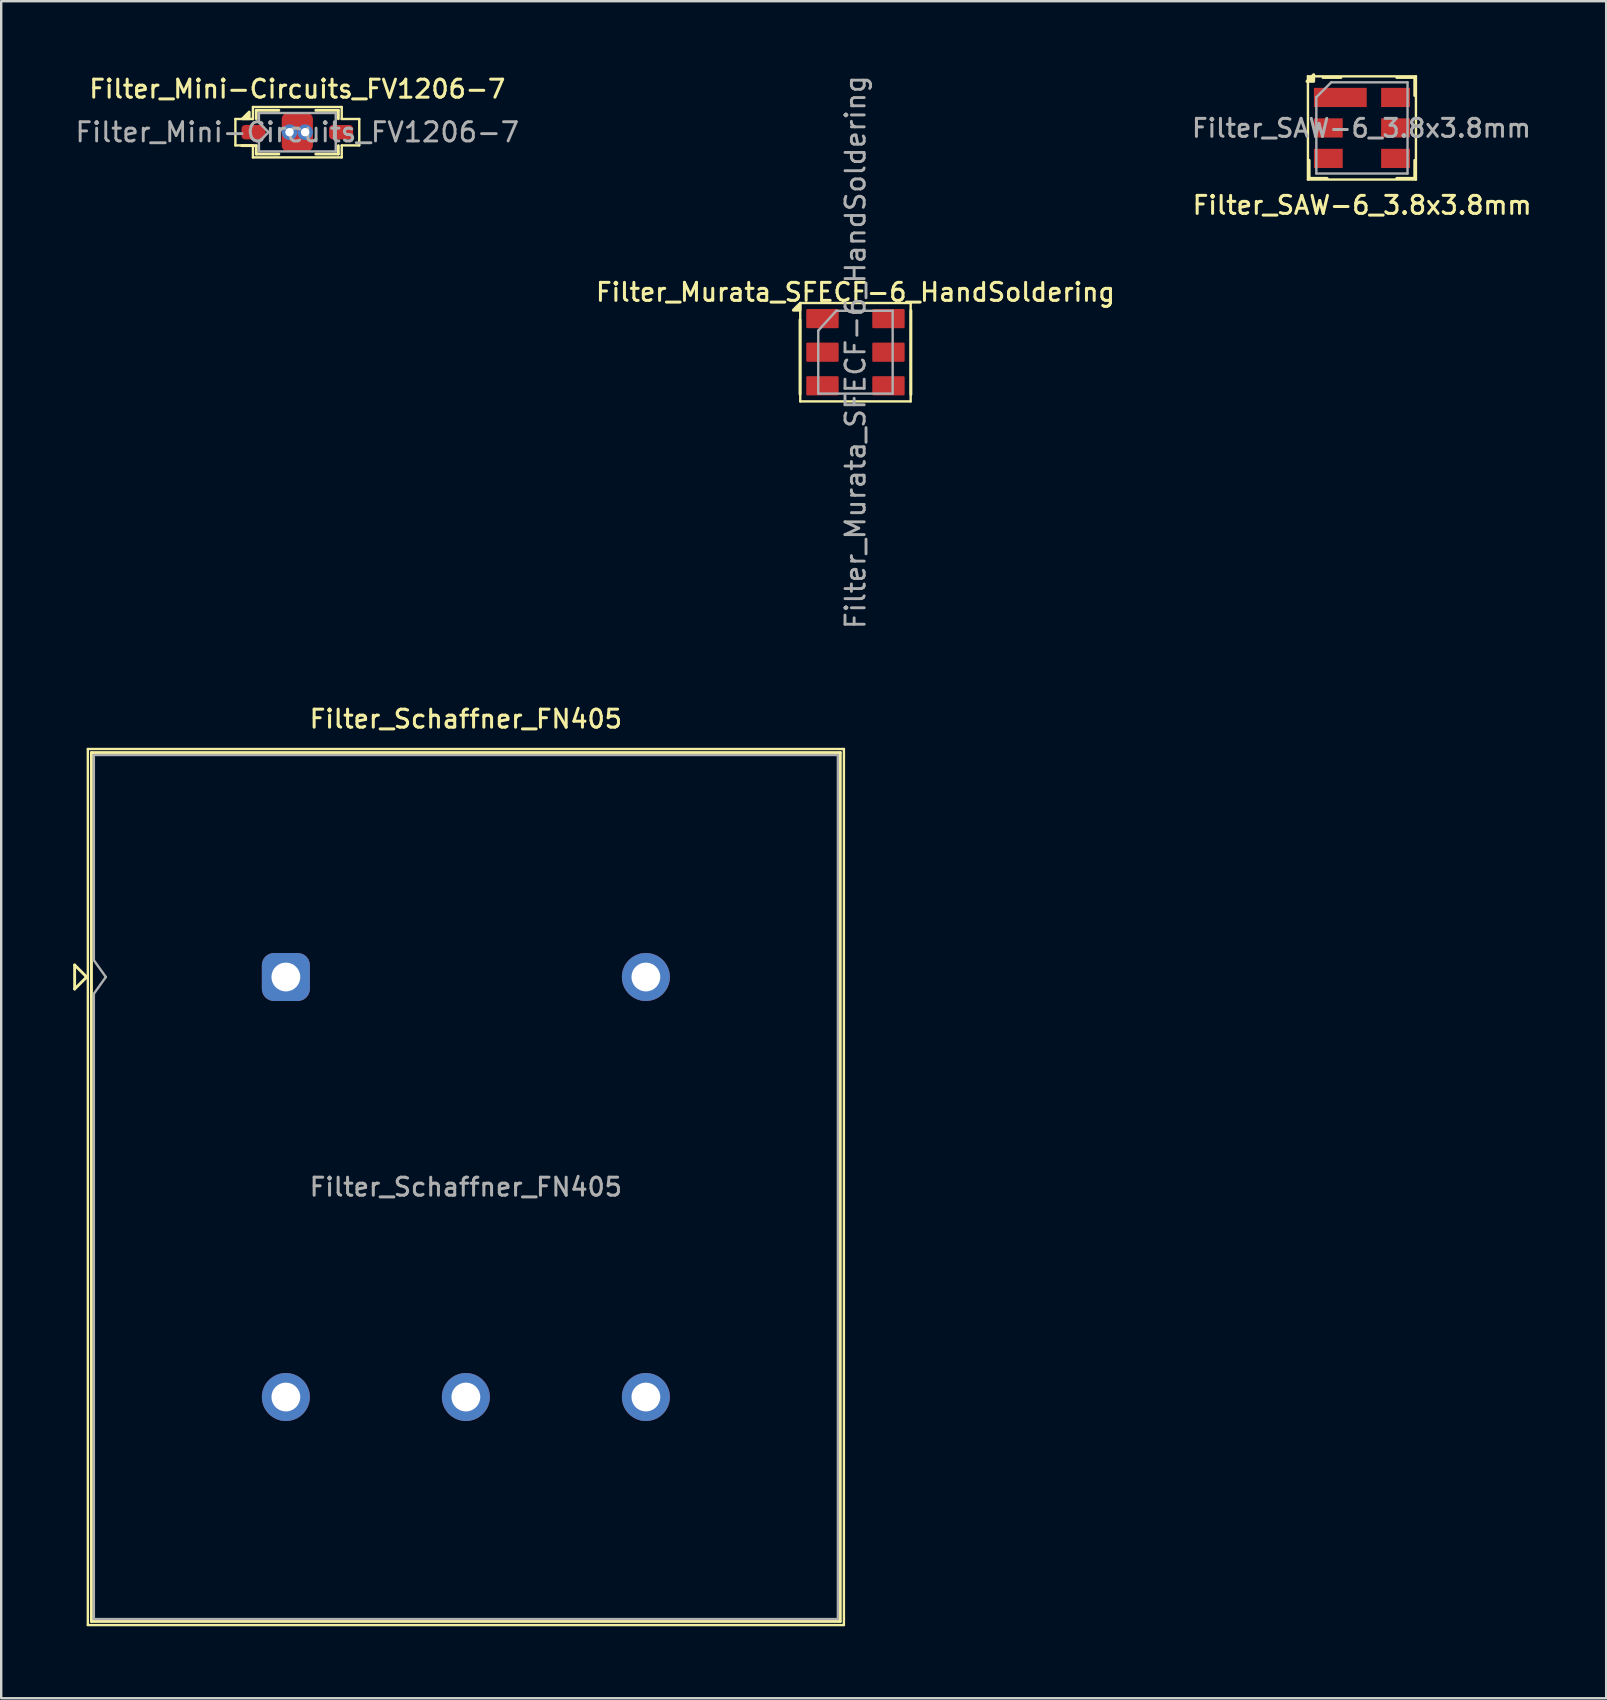
<source format=kicad_pcb>
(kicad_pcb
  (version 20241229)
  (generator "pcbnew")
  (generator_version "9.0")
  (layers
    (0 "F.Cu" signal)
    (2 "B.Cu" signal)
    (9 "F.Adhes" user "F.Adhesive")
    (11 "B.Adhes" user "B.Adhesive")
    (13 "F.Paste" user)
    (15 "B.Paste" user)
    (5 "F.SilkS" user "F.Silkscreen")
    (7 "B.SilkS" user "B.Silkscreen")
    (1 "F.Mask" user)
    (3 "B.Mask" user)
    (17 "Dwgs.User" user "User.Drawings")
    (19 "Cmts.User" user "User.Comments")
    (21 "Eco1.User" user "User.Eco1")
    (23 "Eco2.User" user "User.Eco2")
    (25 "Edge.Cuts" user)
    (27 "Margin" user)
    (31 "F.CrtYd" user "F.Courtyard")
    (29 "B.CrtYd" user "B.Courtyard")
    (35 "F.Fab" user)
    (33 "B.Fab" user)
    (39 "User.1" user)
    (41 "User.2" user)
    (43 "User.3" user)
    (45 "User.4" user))
  (footprint "Filter_Mini-Circuits_FV1206-7"
    (layer "F.Cu")
    (at 9.338 2.458)
    (property "Reference" "Filter_Mini-Circuits_FV1206-7" (at 0 -1.8 0) (layer "F.SilkS") (effects (font (size 0.75 0.75) (thickness 0.125))))
    (attr smd)
    (fp_line (start -2.58 -0.55) (end -1.85 -0.55) (stroke (width 0.1) (type solid)) (layer "F.SilkS"))
    (fp_line (start -2.58 0.55) (end -2.58 -0.55) (stroke (width 0.1) (type solid)) (layer "F.SilkS"))
    (fp_line (start -2.58 0.55) (end -1.85 0.55) (stroke (width 0.1) (type solid)) (layer "F.SilkS"))
    (fp_line (start -1.85 -1.05) (end -1.85 -0.55) (stroke (width 0.1) (type solid)) (layer "F.SilkS"))
    (fp_line (start -1.85 -1.05) (end 1.85 -1.05) (stroke (width 0.1) (type solid)) (layer "F.SilkS"))
    (fp_line (start -1.85 0.55) (end -1.85 1.05) (stroke (width 0.1) (type solid)) (layer "F.SilkS"))
    (fp_line (start -1.85 1.05) (end 1.85 1.05) (stroke (width 0.1) (type solid)) (layer "F.SilkS"))
    (fp_line (start -1.71 -0.91) (end -1.71 -0.56) (stroke (width 0.12) (type solid)) (layer "F.SilkS"))
    (fp_line (start -1.71 0.56) (end -2.32 0.56) (stroke (width 0.12) (type solid)) (layer "F.SilkS"))
    (fp_line (start -1.71 0.56) (end -1.71 0.91) (stroke (width 0.12) (type solid)) (layer "F.SilkS"))
    (fp_line (start -0.77 -0.91) (end -1.71 -0.91) (stroke (width 0.12) (type solid)) (layer "F.SilkS"))
    (fp_line (start -0.77 0.91) (end -1.71 0.91) (stroke (width 0.12) (type solid)) (layer "F.SilkS"))
    (fp_line (start 1.71 -0.91) (end 0.77 -0.91) (stroke (width 0.12) (type solid)) (layer "F.SilkS"))
    (fp_line (start 1.71 -0.91) (end 1.71 -0.56) (stroke (width 0.12) (type solid)) (layer "F.SilkS"))
    (fp_line (start 1.71 0.56) (end 1.71 0.91) (stroke (width 0.12) (type solid)) (layer "F.SilkS"))
    (fp_line (start 1.71 0.91) (end 0.77 0.91) (stroke (width 0.12) (type solid)) (layer "F.SilkS"))
    (fp_line (start 1.85 -1.05) (end 1.85 -0.55) (stroke (width 0.1) (type solid)) (layer "F.SilkS"))
    (fp_line (start 1.85 -0.55) (end 2.58 -0.55) (stroke (width 0.1) (type solid)) (layer "F.SilkS"))
    (fp_line (start 1.85 0.55) (end 1.85 1.05) (stroke (width 0.1) (type solid)) (layer "F.SilkS"))
    (fp_line (start 1.85 0.55) (end 2.58 0.55) (stroke (width 0.1) (type solid)) (layer "F.SilkS"))
    (fp_line (start 2.58 0.55) (end 2.58 -0.55) (stroke (width 0.1) (type solid)) (layer "F.SilkS"))
    (fp_poly (pts (xy -2.005 -0.56) (xy -2.285 -0.56) (xy -2.005 -0.84) (xy -2.005 -0.56)) (stroke (width 0.12) (type solid)) (fill yes) (layer "F.SilkS"))
    (fp_line (start -1.6 -0.8) (end -1.6 -0.4) (stroke (width 0.1) (type solid)) (layer "F.Fab"))
    (fp_line (start -1.6 0.4) (end -1.6 0.8) (stroke (width 0.1) (type solid)) (layer "F.Fab"))
    (fp_line (start -1.6 0.4) (end -1.2 0) (stroke (width 0.1) (type solid)) (layer "F.Fab"))
    (fp_line (start -1.6 0.8) (end 1.6 0.8) (stroke (width 0.1) (type solid)) (layer "F.Fab"))
    (fp_line (start -1.2 0) (end -1.6 -0.4) (stroke (width 0.1) (type solid)) (layer "F.Fab"))
    (fp_line (start 1.6 -0.8) (end -1.6 -0.8) (stroke (width 0.1) (type solid)) (layer "F.Fab"))
    (fp_line (start 1.6 0.8) (end 1.6 -0.8) (stroke (width 0.1) (type solid)) (layer "F.Fab"))
    (fp_text user "${REFERENCE}" (at 0 0 0) (layer "F.Fab") (effects (font (size 0.8 0.8) (thickness 0.12))))
    (pad "1" smd roundrect (at -1.825 0) (size 1 0.6) (layers "F.Cu" "F.Mask" "F.Paste") (roundrect_rratio 0.25))
    (pad "2" thru_hole circle (at -0.325 0) (size 0.65 0.65) (drill 0.35) (layers "*.Cu" "*.Mask"))
    (pad "2" smd roundrect (at 0 0) (size 1.3 1.6) (layers "F.Cu" "F.Mask" "F.Paste") (roundrect_rratio 0.19))
    (pad "2" thru_hole circle (at 0.325 0) (size 0.65 0.65) (drill 0.35) (layers "*.Cu" "*.Mask"))
    (pad "3" smd roundrect (at 1.825 0) (size 1 0.6) (layers "F.Cu" "F.Mask" "F.Paste") (roundrect_rratio 0.25)))
  (footprint "Filter_SAW-6_3.8x3.8mm"
    (layer "F.Cu")
    (at 53.694 2.28)
    (property "Reference" "Filter_SAW-6_3.8x3.8mm" (at 0.01 3.22 0) (layer "F.SilkS") (effects (font (size 0.75 0.75) (thickness 0.125))))
    (attr smd)
    (fp_line (start -2.25 -2.15) (end 2.25 -2.15) (stroke (width 0.1) (type solid)) (layer "F.SilkS"))
    (fp_line (start -2.25 2.15) (end -2.25 -2.15) (stroke (width 0.1) (type solid)) (layer "F.SilkS"))
    (fp_line (start -2.2 2.1) (end -2.2 1.35) (stroke (width 0.12) (type solid)) (layer "F.SilkS"))
    (fp_line (start -2.2 2.1) (end -1.45 2.1) (stroke (width 0.12) (type solid)) (layer "F.SilkS"))
    (fp_line (start -1.625 -2.1) (end -0.875 -2.1) (stroke (width 0.12) (type solid)) (layer "F.SilkS"))
    (fp_line (start 2.2 -2.1) (end 1.45 -2.1) (stroke (width 0.12) (type solid)) (layer "F.SilkS"))
    (fp_line (start 2.2 -2.1) (end 2.2 -1.35) (stroke (width 0.12) (type solid)) (layer "F.SilkS"))
    (fp_line (start 2.2 2.1) (end 1.45 2.1) (stroke (width 0.12) (type solid)) (layer "F.SilkS"))
    (fp_line (start 2.2 2.1) (end 2.2 1.35) (stroke (width 0.12) (type solid)) (layer "F.SilkS"))
    (fp_line (start 2.25 -2.15) (end 2.25 2.15) (stroke (width 0.1) (type solid)) (layer "F.SilkS"))
    (fp_line (start 2.25 2.15) (end -2.25 2.15) (stroke (width 0.1) (type solid)) (layer "F.SilkS"))
    (fp_poly (pts (xy -2.01 -1.94) (xy -2.29 -1.94) (xy -2.01 -2.22) (xy -2.01 -1.94)) (stroke (width 0.12) (type solid)) (fill yes) (layer "F.SilkS"))
    (fp_line (start -1.9 1.9) (end -1.9 -1.28) (stroke (width 0.1) (type solid)) (layer "F.Fab"))
    (fp_line (start -1.28 -1.9) (end -1.9 -1.28) (stroke (width 0.1) (type solid)) (layer "F.Fab"))
    (fp_line (start -1.28 -1.9) (end 1.9 -1.9) (stroke (width 0.1) (type solid)) (layer "F.Fab"))
    (fp_line (start 1.9 -1.9) (end 1.9 1.9) (stroke (width 0.1) (type solid)) (layer "F.Fab"))
    (fp_line (start 1.9 1.9) (end -1.9 1.9) (stroke (width 0.1) (type solid)) (layer "F.Fab"))
    (fp_text user "${REFERENCE}" (at -0.02 0.01 0) (layer "F.Fab") (effects (font (size 0.75 0.75) (thickness 0.125))))
    (pad "1" smd rect (at -0.9 -1.27) (size 2.2 0.8) (layers "F.Cu" "F.Mask" "F.Paste"))
    (pad "2" smd rect (at -1.4 0) (size 1.2 0.8) (layers "F.Cu" "F.Mask" "F.Paste"))
    (pad "3" smd rect (at -1.4 1.27) (size 1.2 0.8) (layers "F.Cu" "F.Mask" "F.Paste"))
    (pad "4" smd rect (at 1.4 1.27) (size 1.2 0.8) (layers "F.Cu" "F.Mask" "F.Paste"))
    (pad "5" smd rect (at 1.4 0) (size 1.2 0.8) (layers "F.Cu" "F.Mask" "F.Paste"))
    (pad "6" smd rect (at 1.4 -1.27) (size 1.2 0.8) (layers "F.Cu" "F.Mask" "F.Paste")))
  (footprint "Filter_Murata_SFECF-6_HandSoldering"
    (layer "F.Cu")
    (at 32.592 11.624)
    (property "Reference" "Filter_Murata_SFECF-6_HandSoldering" (at 0 -2.5 0) (layer "F.SilkS") (effects (font (size 0.75 0.75) (thickness 0.125))))
    (attr smd)
    (fp_line (start -2.31 1.75) (end -2.31 -1.35) (stroke (width 0.12) (type solid)) (layer "F.SilkS"))
    (fp_line (start -2.3 -2.05) (end -2.3 2.05) (stroke (width 0.1) (type solid)) (layer "F.SilkS"))
    (fp_line (start -2.3 2.05) (end 2.3 2.05) (stroke (width 0.1) (type solid)) (layer "F.SilkS"))
    (fp_line (start 2.3 -2.05) (end -2.3 -2.05) (stroke (width 0.1) (type solid)) (layer "F.SilkS"))
    (fp_line (start 2.3 -2.05) (end 2.3 2.05) (stroke (width 0.1) (type solid)) (layer "F.SilkS"))
    (fp_line (start 2.31 1.76) (end 2.31 -1.74) (stroke (width 0.12) (type solid)) (layer "F.SilkS"))
    (fp_poly (pts (xy -2.31 -1.75) (xy -2.59 -1.75) (xy -2.31 -2.03) (xy -2.31 -1.75)) (stroke (width 0.12) (type solid)) (fill yes) (layer "F.SilkS"))
    (fp_line (start -1.55 -0.9) (end -1.55 1.725) (stroke (width 0.1) (type solid)) (layer "F.Fab"))
    (fp_line (start -1.55 1.725) (end 1.55 1.725) (stroke (width 0.1) (type solid)) (layer "F.Fab"))
    (fp_line (start -0.8 -1.725) (end -1.55 -0.9) (stroke (width 0.1) (type solid)) (layer "F.Fab"))
    (fp_line (start 1.55 -1.725) (end -0.8 -1.725) (stroke (width 0.1) (type solid)) (layer "F.Fab"))
    (fp_line (start 1.55 -1.725) (end 1.55 1.725) (stroke (width 0.1) (type solid)) (layer "F.Fab"))
    (fp_text user "${REFERENCE}" (at 0 0 90) (layer "F.Fab") (effects (font (size 0.8 0.8) (thickness 0.12))))
    (pad "1" smd roundrect (at -1.375 -1.4) (size 1.35 0.8) (layers "F.Cu" "F.Mask" "F.Paste") (roundrect_rratio 0.062))
    (pad "2" smd roundrect (at -1.375 0) (size 1.35 0.8) (layers "F.Cu" "F.Mask" "F.Paste") (roundrect_rratio 0.062))
    (pad "3" smd roundrect (at -1.375 1.4) (size 1.35 0.8) (layers "F.Cu" "F.Mask" "F.Paste") (roundrect_rratio 0.062))
    (pad "4" smd roundrect (at 1.375 1.4) (size 1.35 0.8) (layers "F.Cu" "F.Mask" "F.Paste") (roundrect_rratio 0.062))
    (pad "5" smd roundrect (at 1.375 0) (size 1.35 0.8) (layers "F.Cu" "F.Mask" "F.Paste") (roundrect_rratio 0.062))
    (pad "6" smd roundrect (at 1.375 -1.4) (size 1.35 0.8) (layers "F.Cu" "F.Mask" "F.Paste") (roundrect_rratio 0.062)))
  (footprint "Filter_Schaffner_FN405"
    (layer "F.Cu")
    (at 8.86 37.656)
    (property "Reference" "Filter_Schaffner_FN405" (at 7.5 -10.75 0) (layer "F.SilkS") (effects (font (size 0.75 0.75) (thickness 0.125))))
    (attr through_hole)
    (fp_line (start -8.8 -0.5) (end -8.3 0) (stroke (width 0.12) (type solid)) (layer "F.SilkS"))
    (fp_line (start -8.8 0.5) (end -8.8 -0.5) (stroke (width 0.12) (type solid)) (layer "F.SilkS"))
    (fp_line (start -8.3 0) (end -8.8 0.5) (stroke (width 0.12) (type solid)) (layer "F.SilkS"))
    (fp_line (start -8.25 -9.5) (end 23.25 -9.5) (stroke (width 0.1) (type solid)) (layer "F.SilkS"))
    (fp_line (start -8.25 27) (end -8.25 -9.5) (stroke (width 0.1) (type solid)) (layer "F.SilkS"))
    (fp_line (start -8.1 -9.35) (end 23.1 -9.35) (stroke (width 0.12) (type solid)) (layer "F.SilkS"))
    (fp_line (start -8.1 26.85) (end -8.1 -9.35) (stroke (width 0.12) (type solid)) (layer "F.SilkS"))
    (fp_line (start 23.1 -9.35) (end 23.1 26.85) (stroke (width 0.12) (type solid)) (layer "F.SilkS"))
    (fp_line (start 23.1 26.85) (end -8.1 26.85) (stroke (width 0.12) (type solid)) (layer "F.SilkS"))
    (fp_line (start 23.25 -9.5) (end 23.25 27) (stroke (width 0.1) (type solid)) (layer "F.SilkS"))
    (fp_line (start 23.25 27) (end -8.25 27) (stroke (width 0.1) (type solid)) (layer "F.SilkS"))
    (fp_line (start -8 -9.25) (end 23 -9.25) (stroke (width 0.1) (type solid)) (layer "F.Fab"))
    (fp_line (start -8 -0.7) (end -8 -9.25) (stroke (width 0.1) (type solid)) (layer "F.Fab"))
    (fp_line (start -8 0.7) (end -7.5 0) (stroke (width 0.1) (type solid)) (layer "F.Fab"))
    (fp_line (start -8 26.75) (end -8 0.7) (stroke (width 0.1) (type solid)) (layer "F.Fab"))
    (fp_line (start -7.5 0) (end -8 -0.7) (stroke (width 0.1) (type solid)) (layer "F.Fab"))
    (fp_line (start 23 -9.25) (end 23 26.75) (stroke (width 0.1) (type solid)) (layer "F.Fab"))
    (fp_line (start 23 26.75) (end -8 26.75) (stroke (width 0.1) (type solid)) (layer "F.Fab"))
    (fp_text user "${REFERENCE}" (at 7.5 8.75 0) (layer "F.Fab") (effects (font (size 0.75 0.75) (thickness 0.125))))
    (pad "1" thru_hole roundrect (at 0 0) (size 2 2) (drill 1.2) (layers "*.Cu" "*.Mask") (roundrect_rratio 0.25))
    (pad "2" thru_hole circle (at 0 17.5) (size 2 2) (drill 1.2) (layers "*.Cu" "*.Mask"))
    (pad "3" thru_hole circle (at 7.5 17.5) (size 2 2) (drill 1.2) (layers "*.Cu" "*.Mask"))
    (pad "4" thru_hole circle (at 15 17.5) (size 2 2) (drill 1.2) (layers "*.Cu" "*.Mask"))
    (pad "5" thru_hole circle (at 15 0) (size 2 2) (drill 1.2) (layers "*.Cu" "*.Mask")))
  (gr_rect
    (start -3 -3)
    (end 63.87 67.706)
    (stroke (width 0.1) (type default))
    (fill no)
    (layer "Edge.Cuts")))
</source>
